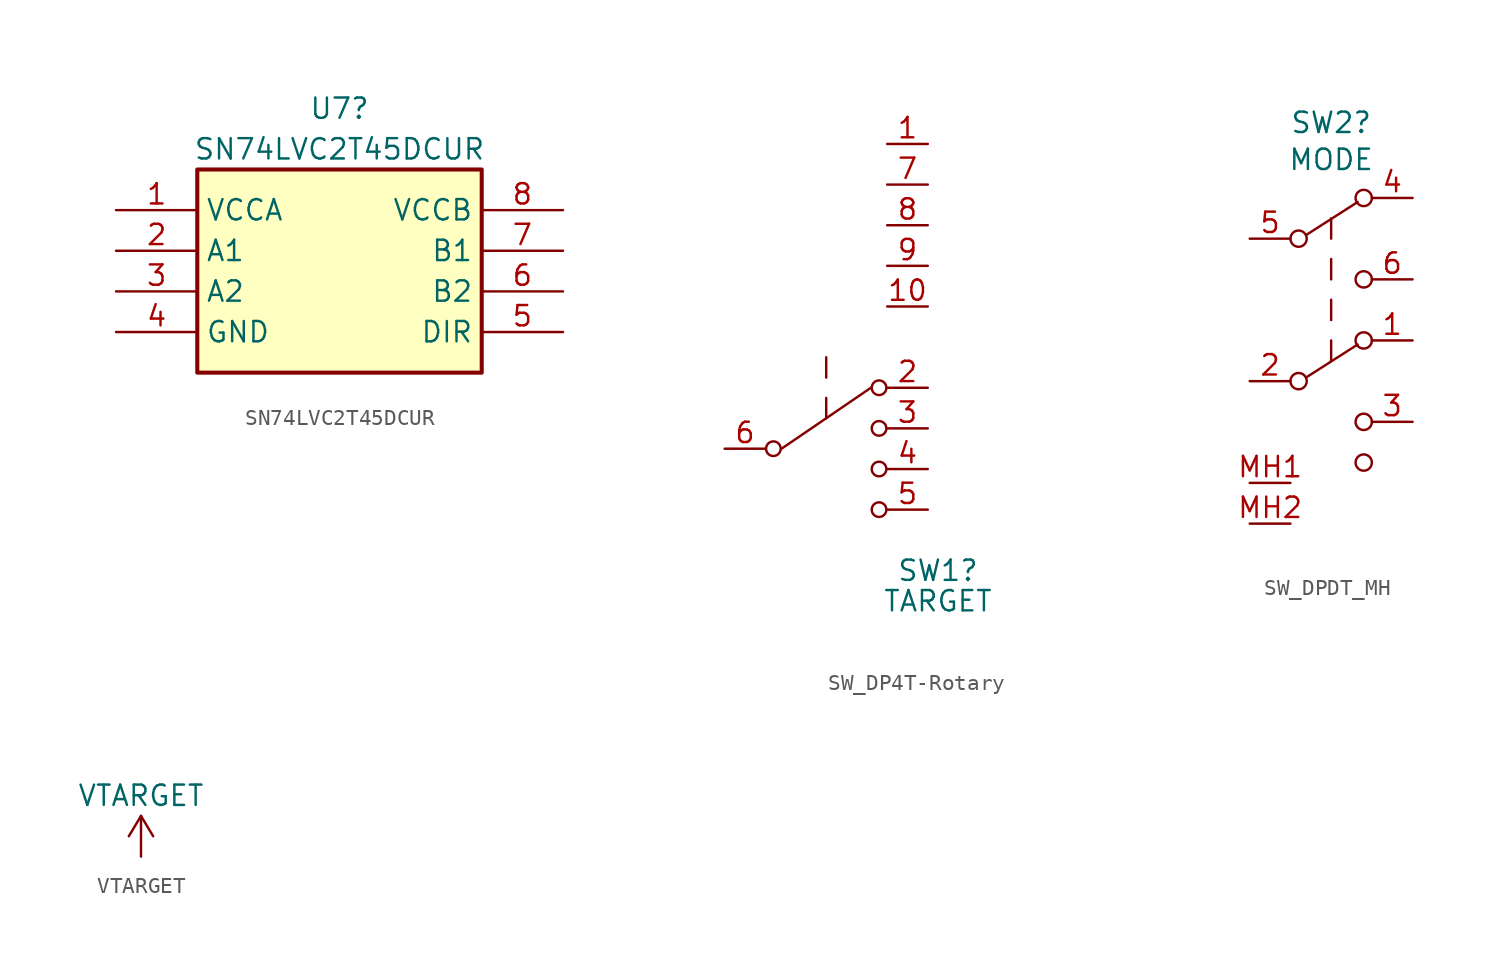
<source format=kicad_sym>
(kicad_symbol_lib
  (version 20220914)
  (generator kicad_symbol_editor)
  (symbol "SN74LVC2T45DCUR"
    (property "Reference" "U7"
      (at 13.97 6.35 0)
      (effects (font (size 1.27 1.27))))
    (property "Value" "SN74LVC2T45DCUR"
      (at 13.97 3.81 0)
      (effects (font (size 1.27 1.27))))
    (symbol "SN74LVC2T45DCUR_1_1"
      (rectangle (start 5.08 2.54) (end 22.86 -10.16) (stroke (width 0.254) (type default)) (fill (type background)))
      (pin passive line (at 0 0 0) (length 5.08) (name "VCCA" (effects (font (size 1.27 1.27)))) (number "1" (effects (font (size 1.27 1.27)))))
      (pin passive line (at 0 -2.54 0) (length 5.08) (name "A1" (effects (font (size 1.27 1.27)))) (number "2" (effects (font (size 1.27 1.27)))))
      (pin passive line (at 0 -5.08 0) (length 5.08) (name "A2" (effects (font (size 1.27 1.27)))) (number "3" (effects (font (size 1.27 1.27)))))
      (pin passive line (at 0 -7.62 0) (length 5.08) (name "GND" (effects (font (size 1.27 1.27)))) (number "4" (effects (font (size 1.27 1.27)))))
      (pin passive line (at 27.94 -7.62 180) (length 5.08) (name "DIR" (effects (font (size 1.27 1.27)))) (number "5" (effects (font (size 1.27 1.27)))))
      (pin passive line (at 27.94 -5.08 180) (length 5.08) (name "B2" (effects (font (size 1.27 1.27)))) (number "6" (effects (font (size 1.27 1.27)))))
      (pin passive line (at 27.94 -2.54 180) (length 5.08) (name "B1" (effects (font (size 1.27 1.27)))) (number "7" (effects (font (size 1.27 1.27)))))
      (pin passive line (at 27.94 0 180) (length 5.08) (name "VCCB" (effects (font (size 1.27 1.27)))) (number "8" (effects (font (size 1.27 1.27)))))))
  (symbol "SW_DP4T-Rotary"
    (pin_names
      (offset 0) hide)
    (property "Reference" "SW1"
      (at 1.905 -7.62 0)
      (effects (font (size 1.27 1.27))))
    (property "Value" "TARGET"
      (at 1.905 -9.525 0)
      (effects (font (size 1.27 1.27))))
    (property "LCSC" ""
      (at 12.7 -5.08 0)
      (effects (font (size 1.27 1.27))))
    (symbol "SW_DP4T-Rotary_0_1"
      (polyline (pts (xy -5.08 1.905) (xy -5.08 3.175)) (stroke (width 0) (type solid)) (fill (type none)))
      (polyline (pts (xy -5.08 4.445) (xy -5.08 5.715)) (stroke (width 0) (type solid)) (fill (type none))))
    (symbol "SW_DP4T-Rotary_1_1"
      (circle (center -8.382 0) (radius 0.457) (stroke (width 0) (type solid)) (fill (type none)))
      (circle (center -1.778 -3.81) (radius 0.457) (stroke (width 0) (type solid)) (fill (type none)))
      (circle (center -1.778 -1.27) (radius 0.457) (stroke (width 0) (type solid)) (fill (type none)))
      (circle (center -1.778 1.27) (radius 0.457) (stroke (width 0) (type solid)) (fill (type none)))
      (circle (center -1.778 3.81) (radius 0.457) (stroke (width 0) (type solid)) (fill (type none)))
      (polyline (pts (xy -7.874 0) (xy -2.286 3.81)) (stroke (width 0) (type solid)) (fill (type none)))
      (pin passive line (at -1.27 19.05 0) (length 2.54) (name "1_Support" (effects (font (size 1.27 1.27)))) (number "1" (effects (font (size 1.27 1.27)))))
      (pin passive line (at -1.27 8.89 0) (length 2.54) (name "10_Support" (effects (font (size 1.27 1.27)))) (number "10" (effects (font (size 1.27 1.27)))))
      (pin passive line (at 1.27 3.81 180) (length 2.54) (name "2" (effects (font (size 1.27 1.27)))) (number "2" (effects (font (size 1.27 1.27)))))
      (pin passive line (at 1.27 1.27 180) (length 2.54) (name "3" (effects (font (size 1.27 1.27)))) (number "3" (effects (font (size 1.27 1.27)))))
      (pin passive line (at 1.27 -1.27 180) (length 2.54) (name "4" (effects (font (size 1.27 1.27)))) (number "4" (effects (font (size 1.27 1.27)))))
      (pin passive line (at 1.27 -3.81 180) (length 2.54) (name "5" (effects (font (size 1.27 1.27)))) (number "5" (effects (font (size 1.27 1.27)))))
      (pin passive line (at -11.43 0 0) (length 2.54) (name "Common" (effects (font (size 1.27 1.27)))) (number "6" (effects (font (size 1.27 1.27)))))
      (pin passive line (at -1.27 16.51 0) (length 2.54) (name "7_Support" (effects (font (size 1.27 1.27)))) (number "7" (effects (font (size 1.27 1.27)))))
      (pin passive line (at -1.27 13.97 0) (length 2.54) (name "8_Support" (effects (font (size 1.27 1.27)))) (number "8" (effects (font (size 1.27 1.27)))))
      (pin passive line (at -1.27 11.43 0) (length 2.54) (name "9_Support" (effects (font (size 1.27 1.27)))) (number "9" (effects (font (size 1.27 1.27)))))))
  (symbol "SW_DPDT_MH"
    (pin_names
      (offset 0) hide)
    (property "Reference" "SW2"
      (at 0 16.129 0)
      (effects (font (size 1.27 1.27))))
    (property "Value" "MODE"
      (at 0 13.818 0)
      (effects (font (size 1.27 1.27))))
    (symbol "SW_DPDT_MH_0_0"
      (circle (center -2.032 0) (radius 0.508) (stroke (width 0) (type solid)) (fill (type none)))
      (circle (center 2.032 -5.08) (radius 0.508) (stroke (width 0) (type solid)) (fill (type none)))
      (circle (center 2.032 -2.54) (radius 0.508) (stroke (width 0) (type solid)) (fill (type none))))
    (symbol "SW_DPDT_MH_0_1"
      (polyline (pts (xy -1.524 0.254) (xy 1.651 2.286)) (stroke (width 0) (type solid)) (fill (type none)))
      (polyline (pts (xy 0 1.27) (xy 0 2.54)) (stroke (width 0) (type solid)) (fill (type none)))
      (polyline (pts (xy 0 3.81) (xy 0 5.08)) (stroke (width 0) (type solid)) (fill (type none)))
      (polyline (pts (xy 0 6.35) (xy 0 7.62)) (stroke (width 0) (type solid)) (fill (type none)))
      (polyline (pts (xy 0 8.89) (xy 0 10.16)) (stroke (width 0) (type solid)) (fill (type none)))
      (circle (center 2.032 2.54) (radius 0.508) (stroke (width 0) (type solid)) (fill (type none))))
    (symbol "SW_DPDT_MH_1_1"
      (circle (center -2.032 8.89) (radius 0.508) (stroke (width 0) (type solid)) (fill (type none)))
      (polyline (pts (xy -1.524 9.144) (xy 1.651 11.176)) (stroke (width 0) (type solid)) (fill (type none)))
      (circle (center 2.032 6.35) (radius 0.508) (stroke (width 0) (type solid)) (fill (type none)))
      (circle (center 2.032 11.43) (radius 0.508) (stroke (width 0) (type solid)) (fill (type none)))
      (pin passive line (at 5.08 2.54 180) (length 2.54) (name "1" (effects (font (size 1.27 1.27)))) (number "1" (effects (font (size 1.27 1.27)))))
      (pin passive line (at -5.08 0 0) (length 2.54) (name "2" (effects (font (size 1.27 1.27)))) (number "2" (effects (font (size 1.27 1.27)))))
      (pin passive line (at 5.08 -2.54 180) (length 2.54) (name "3" (effects (font (size 1.27 1.27)))) (number "3" (effects (font (size 1.27 1.27)))))
      (pin passive line (at 5.08 11.43 180) (length 2.54) (name "4" (effects (font (size 1.27 1.27)))) (number "4" (effects (font (size 1.27 1.27)))))
      (pin passive line (at -5.08 8.89 0) (length 2.54) (name "5" (effects (font (size 1.27 1.27)))) (number "5" (effects (font (size 1.27 1.27)))))
      (pin passive line (at 5.08 6.35 180) (length 2.54) (name "6" (effects (font (size 1.27 1.27)))) (number "6" (effects (font (size 1.27 1.27)))))
      (pin passive line (at -2.54 -6.35 180) (length 2.54) (name "MH1" (effects (font (size 1.27 1.27)))) (number "MH1" (effects (font (size 1.27 1.27)))))
      (pin passive line (at -2.54 -8.89 180) (length 2.54) (name "MH2" (effects (font (size 1.27 1.27)))) (number "MH2" (effects (font (size 1.27 1.27)))))))
  (symbol "VTARGET"
    (power)
    (pin_names
      (offset 0))
    (property "Reference" "#PWR"
      (at 0 -3.81 0)
      (effects (font (size 1.27 1.27)) hide))
    (property "Value" "VTARGET"
      (at 0 3.81 0)
      (effects (font (size 1.27 1.27))))
    (symbol "VTARGET_0_1"
      (polyline (pts (xy -0.762 1.27) (xy 0 2.54)) (stroke (width 0) (type solid)) (fill (type none)))
      (polyline (pts (xy 0 0) (xy 0 2.54)) (stroke (width 0) (type solid)) (fill (type none)))
      (polyline (pts (xy 0 2.54) (xy 0.762 1.27)) (stroke (width 0) (type solid)) (fill (type none))))
    (symbol "VTARGET_1_1"
      (pin power_in line (at 0 0 90) (length 0) hide (name "VTARGET" (effects (font (size 1.27 1.27)))) (number "1" (effects (font (size 1.27 1.27))))))))
</source>
